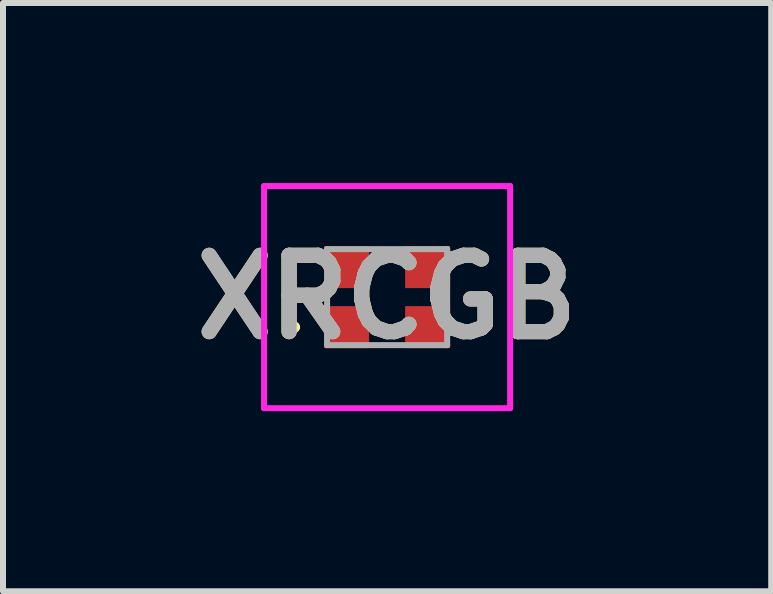
<source format=kicad_pcb>
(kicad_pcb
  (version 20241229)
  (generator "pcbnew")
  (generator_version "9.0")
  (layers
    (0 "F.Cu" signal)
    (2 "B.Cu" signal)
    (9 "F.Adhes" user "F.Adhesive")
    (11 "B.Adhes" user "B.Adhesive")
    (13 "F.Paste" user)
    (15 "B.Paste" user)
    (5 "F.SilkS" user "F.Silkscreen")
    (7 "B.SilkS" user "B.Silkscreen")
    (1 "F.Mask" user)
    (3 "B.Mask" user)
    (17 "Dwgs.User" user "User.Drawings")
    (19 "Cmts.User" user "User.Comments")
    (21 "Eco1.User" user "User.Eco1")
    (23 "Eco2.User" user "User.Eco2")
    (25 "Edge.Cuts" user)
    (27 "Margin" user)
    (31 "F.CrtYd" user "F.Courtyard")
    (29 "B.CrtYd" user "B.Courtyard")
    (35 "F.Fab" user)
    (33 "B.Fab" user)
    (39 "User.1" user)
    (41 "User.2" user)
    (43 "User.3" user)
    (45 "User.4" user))
  (footprint "XRCGB"
    (layer "F.Cu")
    (at 3.399 1.9)
    (property "Reference" "XRCGB" (at 0 0 0) (layer "F.SilkS") (effects (font (size 1.27 1.27) (thickness 0.254))))
    (attr smd)
    (fp_line (start -1.6 0.5) (end -1.6 0.5) (stroke (width 0.1) (type solid)) (layer "F.SilkS"))
    (fp_line (start -1.5 0.5) (end -1.5 0.5) (stroke (width 0.1) (type solid)) (layer "F.SilkS"))
    (fp_arc (start -1.6 0.5) (mid -1.55 0.45) (end -1.5 0.5) (stroke (width 0.1) (type solid)) (layer "F.SilkS"))
    (fp_arc (start -1.5 0.5) (mid -1.55 0.55) (end -1.6 0.5) (stroke (width 0.1) (type solid)) (layer "F.SilkS"))
    (fp_line (start -2.05 -1.85) (end 2.05 -1.85) (stroke (width 0.1) (type solid)) (layer "F.CrtYd"))
    (fp_line (start -2.05 1.85) (end -2.05 -1.85) (stroke (width 0.1) (type solid)) (layer "F.CrtYd"))
    (fp_line (start 2.05 -1.85) (end 2.05 1.85) (stroke (width 0.1) (type solid)) (layer "F.CrtYd"))
    (fp_line (start 2.05 1.85) (end -2.05 1.85) (stroke (width 0.1) (type solid)) (layer "F.CrtYd"))
    (fp_line (start -1 -0.8) (end -1 0.8) (stroke (width 0.1) (type solid)) (layer "F.Fab"))
    (fp_line (start -1 0.8) (end 1 0.8) (stroke (width 0.1) (type solid)) (layer "F.Fab"))
    (fp_line (start 1 -0.8) (end -1 -0.8) (stroke (width 0.1) (type solid)) (layer "F.Fab"))
    (fp_line (start 1 0.8) (end 1 -0.8) (stroke (width 0.1) (type solid)) (layer "F.Fab"))
    (fp_text user "${REFERENCE}" (at 0 0 0) (layer "F.Fab") (effects (font (size 1.27 1.27) (thickness 0.254))))
    (pad "1" smd rect (at -0.675 0.5 90) (size 0.7 0.75) (layers "F.Cu" "F.Mask" "F.Paste"))
    (pad "2" smd rect (at 0.675 0.5 90) (size 0.7 0.75) (layers "F.Cu" "F.Mask" "F.Paste"))
    (pad "3" smd rect (at 0.675 -0.5 90) (size 0.7 0.75) (layers "F.Cu" "F.Mask" "F.Paste"))
    (pad "4" smd rect (at -0.675 -0.5 90) (size 0.7 0.75) (layers "F.Cu" "F.Mask" "F.Paste")))
  (gr_rect
    (start -3 -3)
    (end 9.798 6.8)
    (stroke (width 0.1) (type default))
    (fill no)
    (layer "Edge.Cuts")))
</source>
